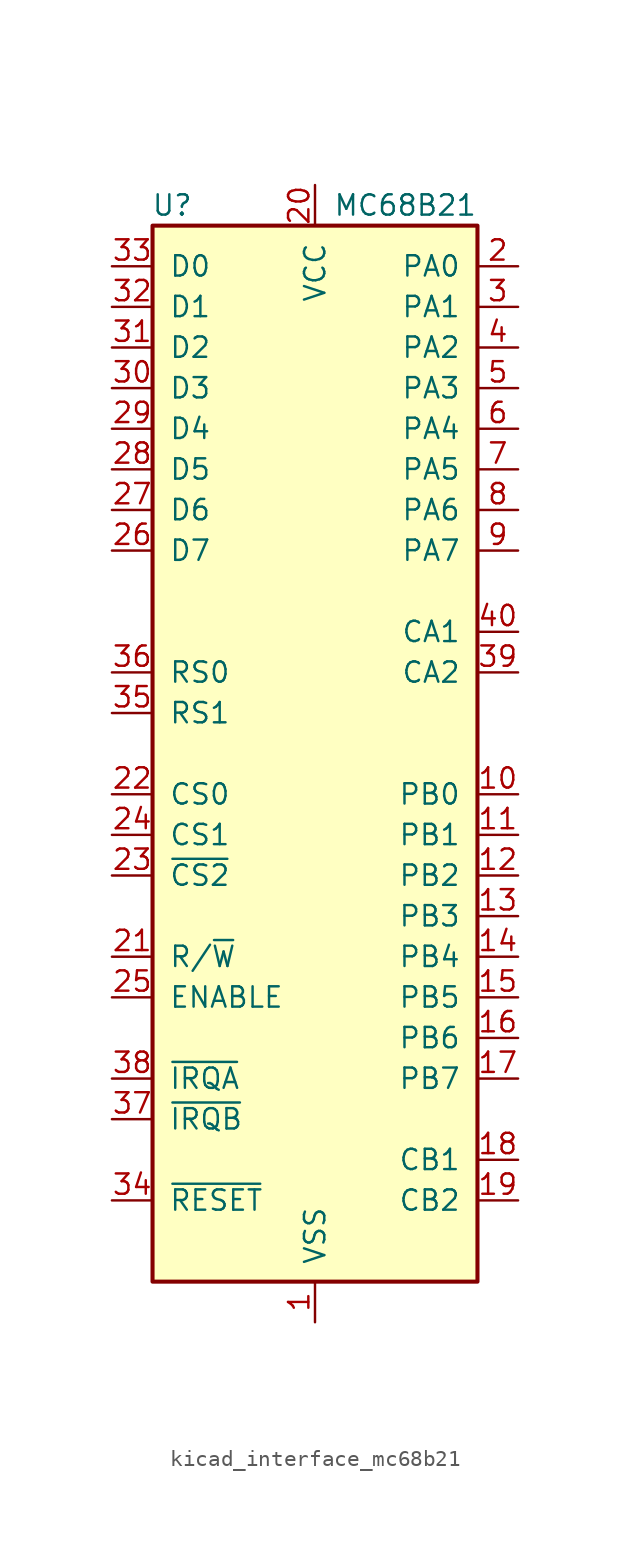
<source format=kicad_sym>
(kicad_symbol_lib
  (version 20220914)
  (generator kicad_symbol_editor)
  (symbol "kicad_interface_mc68b21"
    (pin_names
      (offset 1.016))
    (property "Reference" "U"
      (at -7.62 34.29 0)
      (effects (font (size 1.27 1.27)) (justify right)))
    (property "Value" "MC68B21"
      (at 10.16 34.29 0)
      (effects (font (size 1.27 1.27)) (justify right)))
    (symbol "kicad_interface_mc68b21_0_1"
      (rectangle (start -10.16 -33.02) (end 10.16 33.02) (stroke (width 0.254) (type default)) (fill (type background))))
    (symbol "kicad_interface_mc68b21_1_1"
      (pin power_in line (at 0 -35.56 90) (length 2.54) (name "VSS" (effects (font (size 1.27 1.27)))) (number "1" (effects (font (size 1.27 1.27)))))
      (pin bidirectional line (at 12.7 -2.54 180) (length 2.54) (name "PB0" (effects (font (size 1.27 1.27)))) (number "10" (effects (font (size 1.27 1.27)))))
      (pin bidirectional line (at 12.7 -5.08 180) (length 2.54) (name "PB1" (effects (font (size 1.27 1.27)))) (number "11" (effects (font (size 1.27 1.27)))))
      (pin bidirectional line (at 12.7 -7.62 180) (length 2.54) (name "PB2" (effects (font (size 1.27 1.27)))) (number "12" (effects (font (size 1.27 1.27)))))
      (pin bidirectional line (at 12.7 -10.16 180) (length 2.54) (name "PB3" (effects (font (size 1.27 1.27)))) (number "13" (effects (font (size 1.27 1.27)))))
      (pin bidirectional line (at 12.7 -12.7 180) (length 2.54) (name "PB4" (effects (font (size 1.27 1.27)))) (number "14" (effects (font (size 1.27 1.27)))))
      (pin bidirectional line (at 12.7 -15.24 180) (length 2.54) (name "PB5" (effects (font (size 1.27 1.27)))) (number "15" (effects (font (size 1.27 1.27)))))
      (pin bidirectional line (at 12.7 -17.78 180) (length 2.54) (name "PB6" (effects (font (size 1.27 1.27)))) (number "16" (effects (font (size 1.27 1.27)))))
      (pin bidirectional line (at 12.7 -20.32 180) (length 2.54) (name "PB7" (effects (font (size 1.27 1.27)))) (number "17" (effects (font (size 1.27 1.27)))))
      (pin input line (at 12.7 -25.4 180) (length 2.54) (name "CB1" (effects (font (size 1.27 1.27)))) (number "18" (effects (font (size 1.27 1.27)))))
      (pin bidirectional line (at 12.7 -27.94 180) (length 2.54) (name "CB2" (effects (font (size 1.27 1.27)))) (number "19" (effects (font (size 1.27 1.27)))))
      (pin bidirectional line (at 12.7 30.48 180) (length 2.54) (name "PA0" (effects (font (size 1.27 1.27)))) (number "2" (effects (font (size 1.27 1.27)))))
      (pin power_in line (at 0 35.56 270) (length 2.54) (name "VCC" (effects (font (size 1.27 1.27)))) (number "20" (effects (font (size 1.27 1.27)))))
      (pin input line (at -12.7 -12.7 0) (length 2.54) (name "R/~{W}" (effects (font (size 1.27 1.27)))) (number "21" (effects (font (size 1.27 1.27)))))
      (pin input line (at -12.7 -2.54 0) (length 2.54) (name "CS0" (effects (font (size 1.27 1.27)))) (number "22" (effects (font (size 1.27 1.27)))))
      (pin input line (at -12.7 -7.62 0) (length 2.54) (name "~{CS2}" (effects (font (size 1.27 1.27)))) (number "23" (effects (font (size 1.27 1.27)))))
      (pin input line (at -12.7 -5.08 0) (length 2.54) (name "CS1" (effects (font (size 1.27 1.27)))) (number "24" (effects (font (size 1.27 1.27)))))
      (pin input line (at -12.7 -15.24 0) (length 2.54) (name "ENABLE" (effects (font (size 1.27 1.27)))) (number "25" (effects (font (size 1.27 1.27)))))
      (pin bidirectional line (at -12.7 12.7 0) (length 2.54) (name "D7" (effects (font (size 1.27 1.27)))) (number "26" (effects (font (size 1.27 1.27)))))
      (pin bidirectional line (at -12.7 15.24 0) (length 2.54) (name "D6" (effects (font (size 1.27 1.27)))) (number "27" (effects (font (size 1.27 1.27)))))
      (pin bidirectional line (at -12.7 17.78 0) (length 2.54) (name "D5" (effects (font (size 1.27 1.27)))) (number "28" (effects (font (size 1.27 1.27)))))
      (pin bidirectional line (at -12.7 20.32 0) (length 2.54) (name "D4" (effects (font (size 1.27 1.27)))) (number "29" (effects (font (size 1.27 1.27)))))
      (pin bidirectional line (at 12.7 27.94 180) (length 2.54) (name "PA1" (effects (font (size 1.27 1.27)))) (number "3" (effects (font (size 1.27 1.27)))))
      (pin bidirectional line (at -12.7 22.86 0) (length 2.54) (name "D3" (effects (font (size 1.27 1.27)))) (number "30" (effects (font (size 1.27 1.27)))))
      (pin bidirectional line (at -12.7 25.4 0) (length 2.54) (name "D2" (effects (font (size 1.27 1.27)))) (number "31" (effects (font (size 1.27 1.27)))))
      (pin bidirectional line (at -12.7 27.94 0) (length 2.54) (name "D1" (effects (font (size 1.27 1.27)))) (number "32" (effects (font (size 1.27 1.27)))))
      (pin bidirectional line (at -12.7 30.48 0) (length 2.54) (name "D0" (effects (font (size 1.27 1.27)))) (number "33" (effects (font (size 1.27 1.27)))))
      (pin input line (at -12.7 -27.94 0) (length 2.54) (name "~{RESET}" (effects (font (size 1.27 1.27)))) (number "34" (effects (font (size 1.27 1.27)))))
      (pin input line (at -12.7 2.54 0) (length 2.54) (name "RS1" (effects (font (size 1.27 1.27)))) (number "35" (effects (font (size 1.27 1.27)))))
      (pin input line (at -12.7 5.08 0) (length 2.54) (name "RS0" (effects (font (size 1.27 1.27)))) (number "36" (effects (font (size 1.27 1.27)))))
      (pin open_collector line (at -12.7 -22.86 0) (length 2.54) (name "~{IRQB}" (effects (font (size 1.27 1.27)))) (number "37" (effects (font (size 1.27 1.27)))))
      (pin open_collector line (at -12.7 -20.32 0) (length 2.54) (name "~{IRQA}" (effects (font (size 1.27 1.27)))) (number "38" (effects (font (size 1.27 1.27)))))
      (pin bidirectional line (at 12.7 5.08 180) (length 2.54) (name "CA2" (effects (font (size 1.27 1.27)))) (number "39" (effects (font (size 1.27 1.27)))))
      (pin bidirectional line (at 12.7 25.4 180) (length 2.54) (name "PA2" (effects (font (size 1.27 1.27)))) (number "4" (effects (font (size 1.27 1.27)))))
      (pin input line (at 12.7 7.62 180) (length 2.54) (name "CA1" (effects (font (size 1.27 1.27)))) (number "40" (effects (font (size 1.27 1.27)))))
      (pin bidirectional line (at 12.7 22.86 180) (length 2.54) (name "PA3" (effects (font (size 1.27 1.27)))) (number "5" (effects (font (size 1.27 1.27)))))
      (pin bidirectional line (at 12.7 20.32 180) (length 2.54) (name "PA4" (effects (font (size 1.27 1.27)))) (number "6" (effects (font (size 1.27 1.27)))))
      (pin bidirectional line (at 12.7 17.78 180) (length 2.54) (name "PA5" (effects (font (size 1.27 1.27)))) (number "7" (effects (font (size 1.27 1.27)))))
      (pin bidirectional line (at 12.7 15.24 180) (length 2.54) (name "PA6" (effects (font (size 1.27 1.27)))) (number "8" (effects (font (size 1.27 1.27)))))
      (pin bidirectional line (at 12.7 12.7 180) (length 2.54) (name "PA7" (effects (font (size 1.27 1.27)))) (number "9" (effects (font (size 1.27 1.27))))))))
</source>
